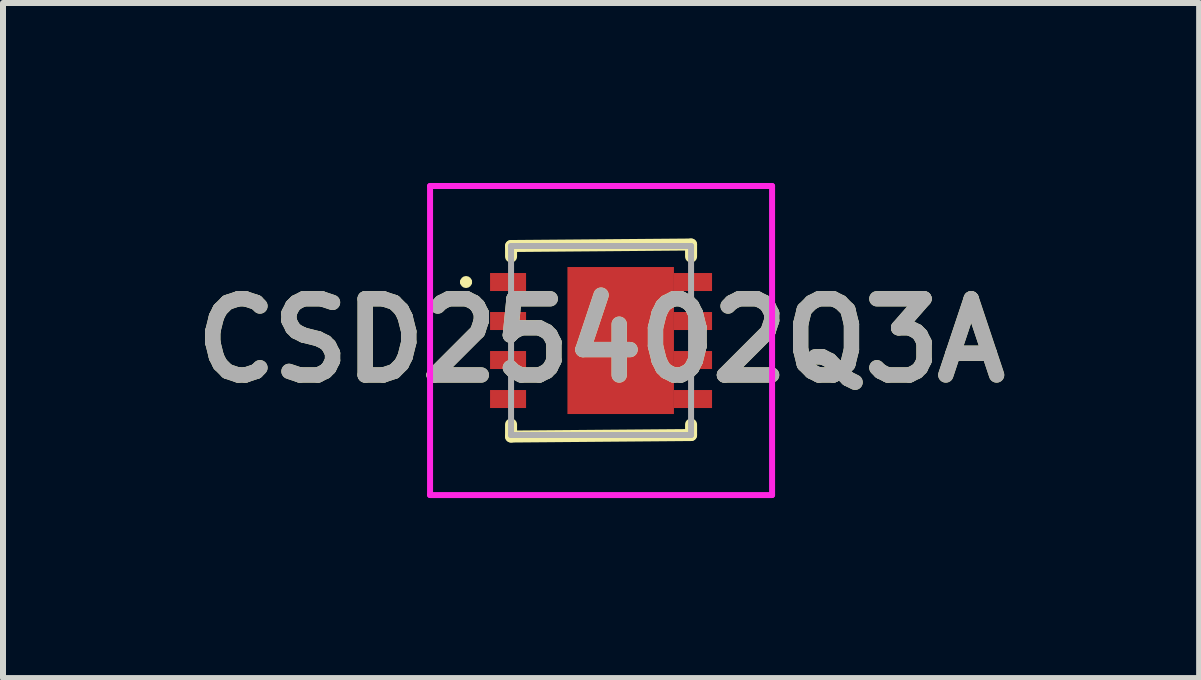
<source format=kicad_pcb>
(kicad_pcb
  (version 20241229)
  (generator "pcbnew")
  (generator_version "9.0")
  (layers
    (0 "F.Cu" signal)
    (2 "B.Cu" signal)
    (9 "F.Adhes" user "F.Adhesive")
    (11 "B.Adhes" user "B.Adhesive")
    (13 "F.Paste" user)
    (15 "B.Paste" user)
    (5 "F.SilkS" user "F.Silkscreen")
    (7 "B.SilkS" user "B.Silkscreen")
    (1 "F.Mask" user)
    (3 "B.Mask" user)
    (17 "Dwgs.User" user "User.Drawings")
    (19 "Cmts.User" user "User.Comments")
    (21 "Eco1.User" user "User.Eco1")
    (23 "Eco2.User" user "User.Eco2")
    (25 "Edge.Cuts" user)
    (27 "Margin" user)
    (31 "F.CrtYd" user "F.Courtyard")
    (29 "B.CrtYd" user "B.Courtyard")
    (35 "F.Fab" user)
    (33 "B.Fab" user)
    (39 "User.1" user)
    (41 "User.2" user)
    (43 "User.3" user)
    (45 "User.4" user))
  (footprint "CSD25402Q3A"
    (layer "F.Cu")
    (at 6.967 2.625)
    (property "Reference" "CSD25402Q3A" (at 0 0 0) (layer "F.SilkS") (effects (font (size 1.27 1.27) (thickness 0.254))))
    (attr smd)
    (fp_line (start -2.3 -0.975) (end -2.3 -0.975) (stroke (width 0.1) (type solid)) (layer "F.SilkS"))
    (fp_line (start -2.2 -0.975) (end -2.2 -0.975) (stroke (width 0.1) (type solid)) (layer "F.SilkS"))
    (fp_line (start -1.5 -1.575) (end 1.5 -1.6) (stroke (width 0.2) (type solid)) (layer "F.SilkS"))
    (fp_line (start -1.5 -1.4) (end -1.5 -1.575) (stroke (width 0.2) (type solid)) (layer "F.SilkS"))
    (fp_line (start -1.5 1.4) (end -1.5 1.6) (stroke (width 0.2) (type solid)) (layer "F.SilkS"))
    (fp_line (start -1.5 1.6) (end 1.5 1.575) (stroke (width 0.2) (type solid)) (layer "F.SilkS"))
    (fp_line (start 1.5 -1.6) (end 1.5 -1.4) (stroke (width 0.2) (type solid)) (layer "F.SilkS"))
    (fp_line (start 1.5 1.575) (end 1.5 1.4) (stroke (width 0.2) (type solid)) (layer "F.SilkS"))
    (fp_arc (start -2.3 -0.975) (mid -2.25 -1.025) (end -2.2 -0.975) (stroke (width 0.1) (type solid)) (layer "F.SilkS"))
    (fp_arc (start -2.2 -0.975) (mid -2.25 -0.925) (end -2.3 -0.975) (stroke (width 0.1) (type solid)) (layer "F.SilkS"))
    (fp_line (start -2.85 -2.575) (end 2.85 -2.575) (stroke (width 0.1) (type solid)) (layer "F.CrtYd"))
    (fp_line (start -2.85 2.575) (end -2.85 -2.575) (stroke (width 0.1) (type solid)) (layer "F.CrtYd"))
    (fp_line (start 2.85 -2.575) (end 2.85 2.575) (stroke (width 0.1) (type solid)) (layer "F.CrtYd"))
    (fp_line (start 2.85 2.575) (end -2.85 2.575) (stroke (width 0.1) (type solid)) (layer "F.CrtYd"))
    (fp_line (start -1.5 -1.575) (end -1.5 1.575) (stroke (width 0.1) (type solid)) (layer "F.Fab"))
    (fp_line (start -1.5 1.575) (end 1.5 1.575) (stroke (width 0.1) (type solid)) (layer "F.Fab"))
    (fp_line (start 1.5 -1.575) (end -1.5 -1.575) (stroke (width 0.1) (type solid)) (layer "F.Fab"))
    (fp_line (start 1.5 1.575) (end 1.5 -1.575) (stroke (width 0.1) (type solid)) (layer "F.Fab"))
    (fp_text user "${REFERENCE}" (at 0 0 0) (layer "F.Fab") (effects (font (size 1.27 1.27) (thickness 0.254))))
    (pad "1" smd rect (at -1.55 -0.975 90) (size 0.3 0.6) (layers "F.Cu" "F.Mask" "F.Paste"))
    (pad "2" smd rect (at -1.55 -0.325 90) (size 0.3 0.6) (layers "F.Cu" "F.Mask" "F.Paste"))
    (pad "3" smd rect (at -1.55 0.325 90) (size 0.3 0.6) (layers "F.Cu" "F.Mask" "F.Paste"))
    (pad "4" smd rect (at -1.55 0.975 90) (size 0.3 0.6) (layers "F.Cu" "F.Mask" "F.Paste"))
    (pad "5" smd rect (at 1.532 0.975 90) (size 0.3 0.635) (layers "F.Cu" "F.Mask" "F.Paste"))
    (pad "6" smd rect (at 1.532 0.325 90) (size 0.3 0.635) (layers "F.Cu" "F.Mask" "F.Paste"))
    (pad "7" smd rect (at 1.532 -0.325 90) (size 0.3 0.635) (layers "F.Cu" "F.Mask" "F.Paste"))
    (pad "8" smd rect (at 1.532 -0.975 90) (size 0.3 0.635) (layers "F.Cu" "F.Mask" "F.Paste"))
    (pad "9" smd rect (at 0.327 0) (size 1.775 2.45) (layers "F.Cu" "F.Mask" "F.Paste")))
  (gr_rect
    (start -3 -3)
    (end 16.934 8.25)
    (stroke (width 0.1) (type default))
    (fill no)
    (layer "Edge.Cuts")))
</source>
